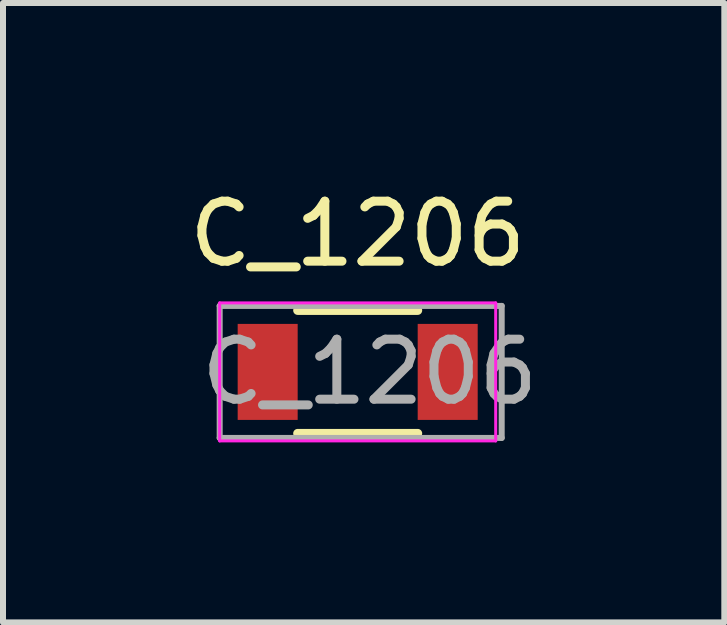
<source format=kicad_pcb>
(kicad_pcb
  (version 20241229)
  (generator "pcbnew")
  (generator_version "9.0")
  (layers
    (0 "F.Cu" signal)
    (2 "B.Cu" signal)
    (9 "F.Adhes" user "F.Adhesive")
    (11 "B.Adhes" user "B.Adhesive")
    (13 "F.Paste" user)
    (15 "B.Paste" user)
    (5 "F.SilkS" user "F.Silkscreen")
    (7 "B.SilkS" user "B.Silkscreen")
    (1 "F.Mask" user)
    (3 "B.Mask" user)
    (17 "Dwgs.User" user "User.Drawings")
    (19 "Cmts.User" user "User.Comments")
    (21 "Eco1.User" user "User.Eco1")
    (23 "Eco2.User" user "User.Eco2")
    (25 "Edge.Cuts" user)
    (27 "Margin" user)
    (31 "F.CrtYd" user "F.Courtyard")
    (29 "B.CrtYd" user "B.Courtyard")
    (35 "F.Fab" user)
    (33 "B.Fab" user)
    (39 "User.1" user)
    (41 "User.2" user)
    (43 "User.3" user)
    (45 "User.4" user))
  (footprint "C_1206"
    (layer "F.Cu")
    (at 2.911 3.148)
    (property "Reference" "C_1206" (at 0 -2.3 0) (layer "F.SilkS") (effects (font (size 1 1) (thickness 0.15))))
    (attr smd)
    (fp_line (start -1 1.025) (end 1 1.025) (stroke (width 0.15) (type solid)) (layer "F.SilkS"))
    (fp_line (start 1 -1.025) (end -1 -1.025) (stroke (width 0.15) (type solid)) (layer "F.SilkS"))
    (fp_line (start -2.3 -1.15) (end -2.3 1.15) (stroke (width 0.05) (type solid)) (layer "F.CrtYd"))
    (fp_line (start -2.3 -1.15) (end 2.3 -1.15) (stroke (width 0.05) (type solid)) (layer "F.CrtYd"))
    (fp_line (start -2.3 1.15) (end 2.3 1.15) (stroke (width 0.05) (type solid)) (layer "F.CrtYd"))
    (fp_line (start 2.3 -1.15) (end 2.3 1.15) (stroke (width 0.05) (type solid)) (layer "F.CrtYd"))
    (fp_line (start -2.3 -1.1) (end 2.4 -1.1) (stroke (width 0.1) (type solid)) (layer "F.Fab"))
    (fp_line (start -2.3 1.1) (end -2.3 -1.1) (stroke (width 0.1) (type solid)) (layer "F.Fab"))
    (fp_line (start 2.4 -1.1) (end 2.4 1.1) (stroke (width 0.1) (type solid)) (layer "F.Fab"))
    (fp_line (start 2.4 1.1) (end -2.3 1.1) (stroke (width 0.1) (type solid)) (layer "F.Fab"))
    (fp_text user "${REFERENCE}" (at 0.2 0 0) (layer "F.Fab") (effects (font (size 1 1) (thickness 0.15))))
    (pad "1" smd rect (at -1.5 0) (size 1 1.6) (layers "F.Cu" "F.Mask" "F.Paste"))
    (pad "2" smd rect (at 1.5 0) (size 1 1.6) (layers "F.Cu" "F.Mask" "F.Paste")))
  (gr_rect
    (start -3 -3)
    (end 9.021 7.323)
    (stroke (width 0.1) (type default))
    (fill no)
    (layer "Edge.Cuts")))
</source>
